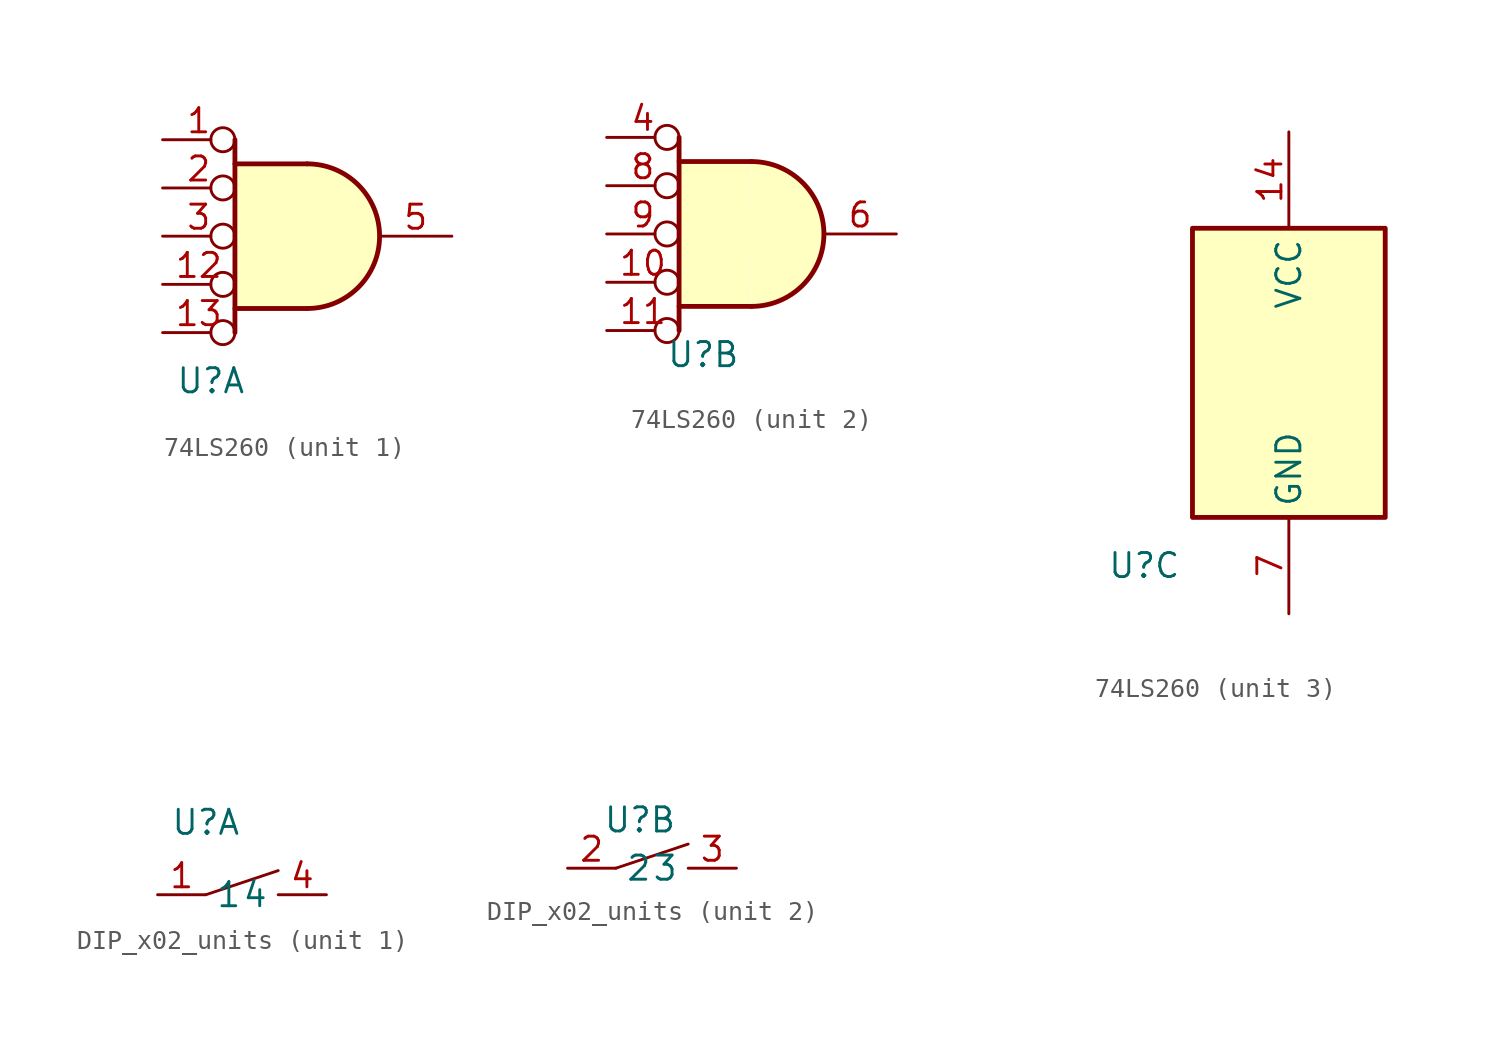
<source format=kicad_sym>
(kicad_symbol_lib
  (version 20220914)
  (generator kicad_symbol_editor)
  (symbol "74LS260"
    (property "Reference" "U"
      (at 7.62 -7.62 0)
      (effects (font (size 1.27 1.27))))
    (property "Value" ""
      (at 2.54 -7.62 0)
      (effects (font (size 1.27 1.27))))
    (property "ki_locked" ""
      (at 0 0 0)
      (effects (font (size 1.27 1.27))))
    (symbol "74LS260_1_1"
      (polyline (pts (xy 8.89 -5.08) (xy 8.89 -3.81)) (stroke (width 0.254) (type default)) (fill (type none)))
      (polyline (pts (xy 8.89 3.81) (xy 8.89 5.08)) (stroke (width 0.254) (type default)) (fill (type none)))
      (polyline (pts (xy 12.7 3.81) (xy 8.89 3.81) (xy 8.89 -3.81) (xy 12.7 -3.81)) (stroke (width 0.254) (type default)) (fill (type background)))
      (arc (start 12.7 -3.81) (mid 16.4934 0) (end 12.7 3.81) (stroke (width 0.254) (type default)) (fill (type background)))
      (pin input inverted (at 5.08 5.08 0) (length 3.81) (name "~" (effects (font (size 1.27 1.27)))) (number "1" (effects (font (size 1.27 1.27)))))
      (pin input inverted (at 5.08 -2.54 0) (length 3.81) (name "~" (effects (font (size 1.27 1.27)))) (number "12" (effects (font (size 1.27 1.27)))))
      (pin input inverted (at 5.08 -5.08 0) (length 3.81) (name "~" (effects (font (size 1.27 1.27)))) (number "13" (effects (font (size 1.27 1.27)))))
      (pin input inverted (at 5.08 2.54 0) (length 3.81) (name "~" (effects (font (size 1.27 1.27)))) (number "2" (effects (font (size 1.27 1.27)))))
      (pin input inverted (at 5.08 0 0) (length 3.81) (name "~" (effects (font (size 1.27 1.27)))) (number "3" (effects (font (size 1.27 1.27)))))
      (pin output line (at 20.32 0 180) (length 3.81) (name "~" (effects (font (size 1.27 1.27)))) (number "5" (effects (font (size 1.27 1.27))))))
    (symbol "74LS260_2_1"
      (polyline (pts (xy 6.35 -6.35) (xy 6.35 -5.08)) (stroke (width 0.254) (type default)) (fill (type none)))
      (polyline (pts (xy 6.35 2.54) (xy 6.35 3.81)) (stroke (width 0.254) (type default)) (fill (type none)))
      (polyline (pts (xy 10.16 2.54) (xy 6.35 2.54) (xy 6.35 -5.08) (xy 10.16 -5.08)) (stroke (width 0.254) (type default)) (fill (type background)))
      (arc (start 10.16 -5.08) (mid 13.9534 -1.27) (end 10.16 2.54) (stroke (width 0.254) (type default)) (fill (type background)))
      (pin input inverted (at 2.54 -3.81 0) (length 3.81) (name "~" (effects (font (size 1.27 1.27)))) (number "10" (effects (font (size 1.27 1.27)))))
      (pin input inverted (at 2.54 -6.35 0) (length 3.81) (name "~" (effects (font (size 1.27 1.27)))) (number "11" (effects (font (size 1.27 1.27)))))
      (pin input inverted (at 2.54 3.81 0) (length 3.81) (name "~" (effects (font (size 1.27 1.27)))) (number "4" (effects (font (size 1.27 1.27)))))
      (pin output line (at 17.78 -1.27 180) (length 3.81) (name "~" (effects (font (size 1.27 1.27)))) (number "6" (effects (font (size 1.27 1.27)))))
      (pin input inverted (at 2.54 1.27 0) (length 3.81) (name "~" (effects (font (size 1.27 1.27)))) (number "8" (effects (font (size 1.27 1.27)))))
      (pin input inverted (at 2.54 -1.27 0) (length 3.81) (name "~" (effects (font (size 1.27 1.27)))) (number "9" (effects (font (size 1.27 1.27))))))
    (symbol "74LS260_3_0"
      (pin power_in line (at 15.24 15.24 270) (length 5.08) (name "VCC" (effects (font (size 1.27 1.27)))) (number "14" (effects (font (size 1.27 1.27)))))
      (pin power_in line (at 15.24 -10.16 90) (length 5.08) (name "GND" (effects (font (size 1.27 1.27)))) (number "7" (effects (font (size 1.27 1.27))))))
    (symbol "74LS260_3_1"
      (rectangle (start 10.16 10.16) (end 20.32 -5.08) (stroke (width 0.254) (type default)) (fill (type background)))))
  (symbol "DIP_x02_units"
    (property "Reference" "U"
      (at 0 0 0)
      (effects (font (size 1.27 1.27))))
    (property "Value" ""
      (at 0 0 0)
      (effects (font (size 1.27 1.27))))
    (property "ki_locked" ""
      (at 0 0 0)
      (effects (font (size 1.27 1.27))))
    (symbol "DIP_x02_units_1_1"
      (polyline (pts (xy 0 -3.81) (xy 3.81 -2.54)) (stroke (width 0) (type default)) (fill (type none)))
      (pin passive line (at -2.54 -3.81 0) (length 2.54) (name "1" (effects (font (size 1.27 1.27)))) (number "1" (effects (font (size 1.27 1.27)))))
      (pin passive line (at 6.35 -3.81 180) (length 2.54) (name "4" (effects (font (size 1.27 1.27)))) (number "4" (effects (font (size 1.27 1.27))))))
    (symbol "DIP_x02_units_2_1"
      (polyline (pts (xy -1.27 -2.54) (xy 2.54 -1.27)) (stroke (width 0) (type default)) (fill (type none)))
      (pin passive line (at -3.81 -2.54 0) (length 2.54) (name "2" (effects (font (size 1.27 1.27)))) (number "2" (effects (font (size 1.27 1.27)))))
      (pin passive line (at 5.08 -2.54 180) (length 2.54) (name "3" (effects (font (size 1.27 1.27)))) (number "3" (effects (font (size 1.27 1.27))))))))
</source>
